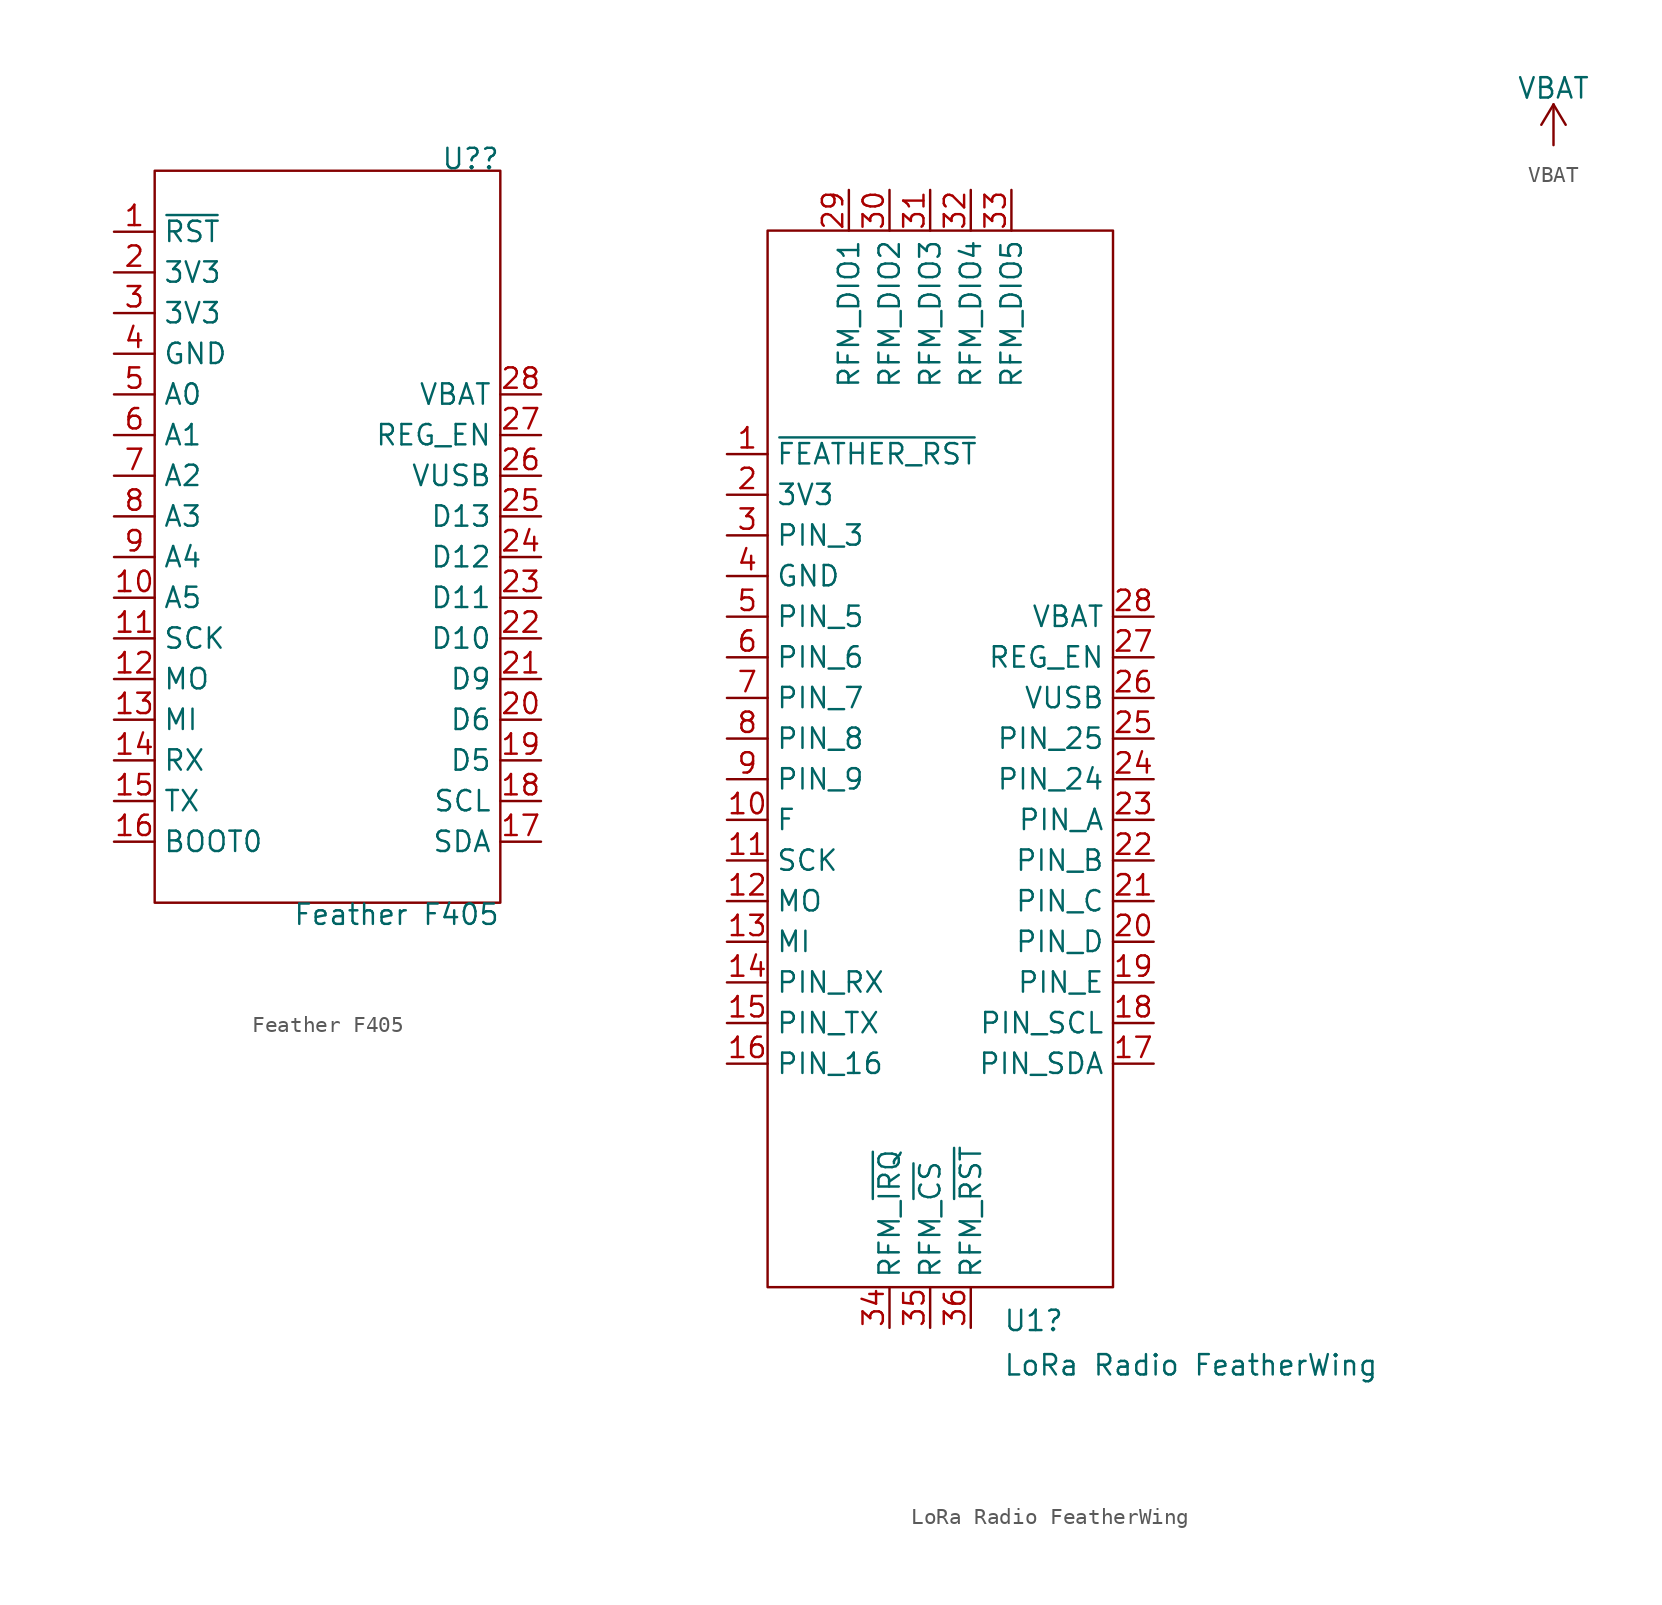
<source format=kicad_sym>
(kicad_symbol_lib
  (version 20220914)
  (generator kicad_symbol_editor)
  (symbol "Feather F405"
    (property "Reference" "U?"
      (at 11.43 22.86 0)
      (effects (font (size 1.27 1.27)) (justify right bottom)))
    (property "Value" "Feather F405"
      (at 11.43 -22.86 0)
      (effects (font (size 1.27 1.27)) (justify right top)))
    (symbol "Feather F405_0_1"
      (rectangle (start -10.16 22.86) (end 11.43 -22.86) (stroke (width 0.152) (type default)) (fill (type none))))
    (symbol "Feather F405_1_1"
      (pin input line (at -12.7 19.05 0) (length 2.54) (name "~{RST}" (effects (font (size 1.27 1.27)))) (number "1" (effects (font (size 1.27 1.27)))))
      (pin bidirectional line (at -12.7 -3.81 0) (length 2.54) (name "A5" (effects (font (size 1.27 1.27)))) (number "10" (effects (font (size 1.27 1.27)))))
      (pin bidirectional line (at -12.7 -6.35 0) (length 2.54) (name "SCK" (effects (font (size 1.27 1.27)))) (number "11" (effects (font (size 1.27 1.27)))))
      (pin bidirectional line (at -12.7 -8.89 0) (length 2.54) (name "MO" (effects (font (size 1.27 1.27)))) (number "12" (effects (font (size 1.27 1.27)))))
      (pin bidirectional line (at -12.7 -11.43 0) (length 2.54) (name "MI" (effects (font (size 1.27 1.27)))) (number "13" (effects (font (size 1.27 1.27)))))
      (pin bidirectional line (at -12.7 -13.97 0) (length 2.54) (name "RX" (effects (font (size 1.27 1.27)))) (number "14" (effects (font (size 1.27 1.27)))))
      (pin bidirectional line (at -12.7 -16.51 0) (length 2.54) (name "TX" (effects (font (size 1.27 1.27)))) (number "15" (effects (font (size 1.27 1.27)))))
      (pin input line (at -12.7 -19.05 0) (length 2.54) (name "BOOT0" (effects (font (size 1.27 1.27)))) (number "16" (effects (font (size 1.27 1.27)))))
      (pin bidirectional line (at 13.97 -19.05 180) (length 2.54) (name "SDA" (effects (font (size 1.27 1.27)))) (number "17" (effects (font (size 1.27 1.27)))))
      (pin bidirectional line (at 13.97 -16.51 180) (length 2.54) (name "SCL" (effects (font (size 1.27 1.27)))) (number "18" (effects (font (size 1.27 1.27)))))
      (pin bidirectional line (at 13.97 -13.97 180) (length 2.54) (name "D5" (effects (font (size 1.27 1.27)))) (number "19" (effects (font (size 1.27 1.27)))))
      (pin power_in line (at -12.7 16.51 0) (length 2.54) (name "3V3" (effects (font (size 1.27 1.27)))) (number "2" (effects (font (size 1.27 1.27)))))
      (pin bidirectional line (at 13.97 -11.43 180) (length 2.54) (name "D6" (effects (font (size 1.27 1.27)))) (number "20" (effects (font (size 1.27 1.27)))))
      (pin bidirectional line (at 13.97 -8.89 180) (length 2.54) (name "D9" (effects (font (size 1.27 1.27)))) (number "21" (effects (font (size 1.27 1.27)))))
      (pin bidirectional line (at 13.97 -6.35 180) (length 2.54) (name "D10" (effects (font (size 1.27 1.27)))) (number "22" (effects (font (size 1.27 1.27)))))
      (pin bidirectional line (at 13.97 -3.81 180) (length 2.54) (name "D11" (effects (font (size 1.27 1.27)))) (number "23" (effects (font (size 1.27 1.27)))))
      (pin bidirectional line (at 13.97 -1.27 180) (length 2.54) (name "D12" (effects (font (size 1.27 1.27)))) (number "24" (effects (font (size 1.27 1.27)))))
      (pin bidirectional line (at 13.97 1.27 180) (length 2.54) (name "D13" (effects (font (size 1.27 1.27)))) (number "25" (effects (font (size 1.27 1.27)))))
      (pin power_out line (at 13.97 3.81 180) (length 2.54) (name "VUSB" (effects (font (size 1.27 1.27)))) (number "26" (effects (font (size 1.27 1.27)))))
      (pin input line (at 13.97 6.35 180) (length 2.54) (name "REG_EN" (effects (font (size 1.27 1.27)))) (number "27" (effects (font (size 1.27 1.27)))))
      (pin power_out line (at 13.97 8.89 180) (length 2.54) (name "VBAT" (effects (font (size 1.27 1.27)))) (number "28" (effects (font (size 1.27 1.27)))))
      (pin power_in line (at -12.7 13.97 0) (length 2.54) (name "3V3" (effects (font (size 1.27 1.27)))) (number "3" (effects (font (size 1.27 1.27)))))
      (pin power_in line (at -12.7 11.43 0) (length 2.54) (name "GND" (effects (font (size 1.27 1.27)))) (number "4" (effects (font (size 1.27 1.27)))))
      (pin bidirectional line (at -12.7 8.89 0) (length 2.54) (name "A0" (effects (font (size 1.27 1.27)))) (number "5" (effects (font (size 1.27 1.27)))))
      (pin bidirectional line (at -12.7 6.35 0) (length 2.54) (name "A1" (effects (font (size 1.27 1.27)))) (number "6" (effects (font (size 1.27 1.27)))))
      (pin bidirectional line (at -12.7 3.81 0) (length 2.54) (name "A2" (effects (font (size 1.27 1.27)))) (number "7" (effects (font (size 1.27 1.27)))))
      (pin bidirectional line (at -12.7 1.27 0) (length 2.54) (name "A3" (effects (font (size 1.27 1.27)))) (number "8" (effects (font (size 1.27 1.27)))))
      (pin bidirectional line (at -12.7 -1.27 0) (length 2.54) (name "A4" (effects (font (size 1.27 1.27)))) (number "9" (effects (font (size 1.27 1.27)))))))
  (symbol "LoRa Radio FeatherWing"
    (property "Reference" "U1"
      (at 4.559 -35.119 0)
      (effects (font (size 1.27 1.27)) (justify left)))
    (property "Value" "LoRa Radio FeatherWing"
      (at 4.559 -37.894 0)
      (effects (font (size 1.27 1.27)) (justify left)))
    (symbol "LoRa Radio FeatherWing_0_1"
      (rectangle (start -10.16 33.02) (end 11.43 -33.02) (stroke (width 0.152) (type default)) (fill (type none))))
    (symbol "LoRa Radio FeatherWing_1_1"
      (pin input line (at -12.7 19.05 0) (length 2.54) (name "~{FEATHER_RST}" (effects (font (size 1.27 1.27)))) (number "1" (effects (font (size 1.27 1.27)))))
      (pin bidirectional line (at -12.7 -3.81 0) (length 2.54) (name "F" (effects (font (size 1.27 1.27)))) (number "10" (effects (font (size 1.27 1.27)))))
      (pin input line (at -12.7 -6.35 0) (length 2.54) (name "SCK" (effects (font (size 1.27 1.27)))) (number "11" (effects (font (size 1.27 1.27)))))
      (pin input line (at -12.7 -8.89 0) (length 2.54) (name "MO" (effects (font (size 1.27 1.27)))) (number "12" (effects (font (size 1.27 1.27)))))
      (pin output line (at -12.7 -11.43 0) (length 2.54) (name "MI" (effects (font (size 1.27 1.27)))) (number "13" (effects (font (size 1.27 1.27)))))
      (pin bidirectional line (at -12.7 -13.97 0) (length 2.54) (name "PIN_RX" (effects (font (size 1.27 1.27)))) (number "14" (effects (font (size 1.27 1.27)))))
      (pin bidirectional line (at -12.7 -16.51 0) (length 2.54) (name "PIN_TX" (effects (font (size 1.27 1.27)))) (number "15" (effects (font (size 1.27 1.27)))))
      (pin bidirectional line (at -12.7 -19.05 0) (length 2.54) (name "PIN_16" (effects (font (size 1.27 1.27)))) (number "16" (effects (font (size 1.27 1.27)))))
      (pin bidirectional line (at 13.97 -19.05 180) (length 2.54) (name "PIN_SDA" (effects (font (size 1.27 1.27)))) (number "17" (effects (font (size 1.27 1.27)))))
      (pin bidirectional line (at 13.97 -16.51 180) (length 2.54) (name "PIN_SCL" (effects (font (size 1.27 1.27)))) (number "18" (effects (font (size 1.27 1.27)))))
      (pin bidirectional line (at 13.97 -13.97 180) (length 2.54) (name "PIN_E" (effects (font (size 1.27 1.27)))) (number "19" (effects (font (size 1.27 1.27)))))
      (pin power_in line (at -12.7 16.51 0) (length 2.54) (name "3V3" (effects (font (size 1.27 1.27)))) (number "2" (effects (font (size 1.27 1.27)))))
      (pin bidirectional line (at 13.97 -11.43 180) (length 2.54) (name "PIN_D" (effects (font (size 1.27 1.27)))) (number "20" (effects (font (size 1.27 1.27)))))
      (pin bidirectional line (at 13.97 -8.89 180) (length 2.54) (name "PIN_C" (effects (font (size 1.27 1.27)))) (number "21" (effects (font (size 1.27 1.27)))))
      (pin bidirectional line (at 13.97 -6.35 180) (length 2.54) (name "PIN_B" (effects (font (size 1.27 1.27)))) (number "22" (effects (font (size 1.27 1.27)))))
      (pin bidirectional line (at 13.97 -3.81 180) (length 2.54) (name "PIN_A" (effects (font (size 1.27 1.27)))) (number "23" (effects (font (size 1.27 1.27)))))
      (pin bidirectional line (at 13.97 -1.27 180) (length 2.54) (name "PIN_24" (effects (font (size 1.27 1.27)))) (number "24" (effects (font (size 1.27 1.27)))))
      (pin bidirectional line (at 13.97 1.27 180) (length 2.54) (name "PIN_25" (effects (font (size 1.27 1.27)))) (number "25" (effects (font (size 1.27 1.27)))))
      (pin power_out line (at 13.97 3.81 180) (length 2.54) (name "VUSB" (effects (font (size 1.27 1.27)))) (number "26" (effects (font (size 1.27 1.27)))))
      (pin input line (at 13.97 6.35 180) (length 2.54) (name "REG_EN" (effects (font (size 1.27 1.27)))) (number "27" (effects (font (size 1.27 1.27)))))
      (pin power_out line (at 13.97 8.89 180) (length 2.54) (name "VBAT" (effects (font (size 1.27 1.27)))) (number "28" (effects (font (size 1.27 1.27)))))
      (pin bidirectional line (at -5.08 35.56 270) (length 2.54) (name "RFM_DIO1" (effects (font (size 1.27 1.27)))) (number "29" (effects (font (size 1.27 1.27)))))
      (pin bidirectional line (at -12.7 13.97 0) (length 2.54) (name "PIN_3" (effects (font (size 1.27 1.27)))) (number "3" (effects (font (size 1.27 1.27)))))
      (pin bidirectional line (at -2.54 35.56 270) (length 2.54) (name "RFM_DIO2" (effects (font (size 1.27 1.27)))) (number "30" (effects (font (size 1.27 1.27)))))
      (pin bidirectional line (at 0 35.56 270) (length 2.54) (name "RFM_DIO3" (effects (font (size 1.27 1.27)))) (number "31" (effects (font (size 1.27 1.27)))))
      (pin bidirectional line (at 2.54 35.56 270) (length 2.54) (name "RFM_DIO4" (effects (font (size 1.27 1.27)))) (number "32" (effects (font (size 1.27 1.27)))))
      (pin bidirectional line (at 5.08 35.56 270) (length 2.54) (name "RFM_DIO5" (effects (font (size 1.27 1.27)))) (number "33" (effects (font (size 1.27 1.27)))))
      (pin output line (at -2.54 -35.56 90) (length 2.54) (name "RFM_~{IRQ}" (effects (font (size 1.27 1.27)))) (number "34" (effects (font (size 1.27 1.27)))))
      (pin input line (at 0 -35.56 90) (length 2.54) (name "RFM_~{CS}" (effects (font (size 1.27 1.27)))) (number "35" (effects (font (size 1.27 1.27)))))
      (pin input line (at 2.54 -35.56 90) (length 2.54) (name "RFM_~{RST}" (effects (font (size 1.27 1.27)))) (number "36" (effects (font (size 1.27 1.27)))))
      (pin power_in line (at -12.7 11.43 0) (length 2.54) (name "GND" (effects (font (size 1.27 1.27)))) (number "4" (effects (font (size 1.27 1.27)))))
      (pin bidirectional line (at -12.7 8.89 0) (length 2.54) (name "PIN_5" (effects (font (size 1.27 1.27)))) (number "5" (effects (font (size 1.27 1.27)))))
      (pin bidirectional line (at -12.7 6.35 0) (length 2.54) (name "PIN_6" (effects (font (size 1.27 1.27)))) (number "6" (effects (font (size 1.27 1.27)))))
      (pin bidirectional line (at -12.7 3.81 0) (length 2.54) (name "PIN_7" (effects (font (size 1.27 1.27)))) (number "7" (effects (font (size 1.27 1.27)))))
      (pin bidirectional line (at -12.7 1.27 0) (length 2.54) (name "PIN_8" (effects (font (size 1.27 1.27)))) (number "8" (effects (font (size 1.27 1.27)))))
      (pin bidirectional line (at -12.7 -1.27 0) (length 2.54) (name "PIN_9" (effects (font (size 1.27 1.27)))) (number "9" (effects (font (size 1.27 1.27)))))))
  (symbol "VBAT"
    (power)
    (pin_names
      (offset 0))
    (property "Reference" "#PWR"
      (at 0 -3.81 0)
      (effects (font (size 1.27 1.27)) hide))
    (property "Value" "VBAT"
      (at 0 3.556 0)
      (effects (font (size 1.27 1.27))))
    (symbol "VBAT_0_1"
      (polyline (pts (xy -0.762 1.27) (xy 0 2.54)) (stroke (width 0) (type default)) (fill (type none)))
      (polyline (pts (xy 0 0) (xy 0 2.54)) (stroke (width 0) (type default)) (fill (type none)))
      (polyline (pts (xy 0 2.54) (xy 0.762 1.27)) (stroke (width 0) (type default)) (fill (type none))))
    (symbol "VBAT_1_1"
      (pin power_in line (at 0 0 90) (length 0) hide (name "VBAT" (effects (font (size 1.27 1.27)))) (number "1" (effects (font (size 1.27 1.27))))))))
</source>
